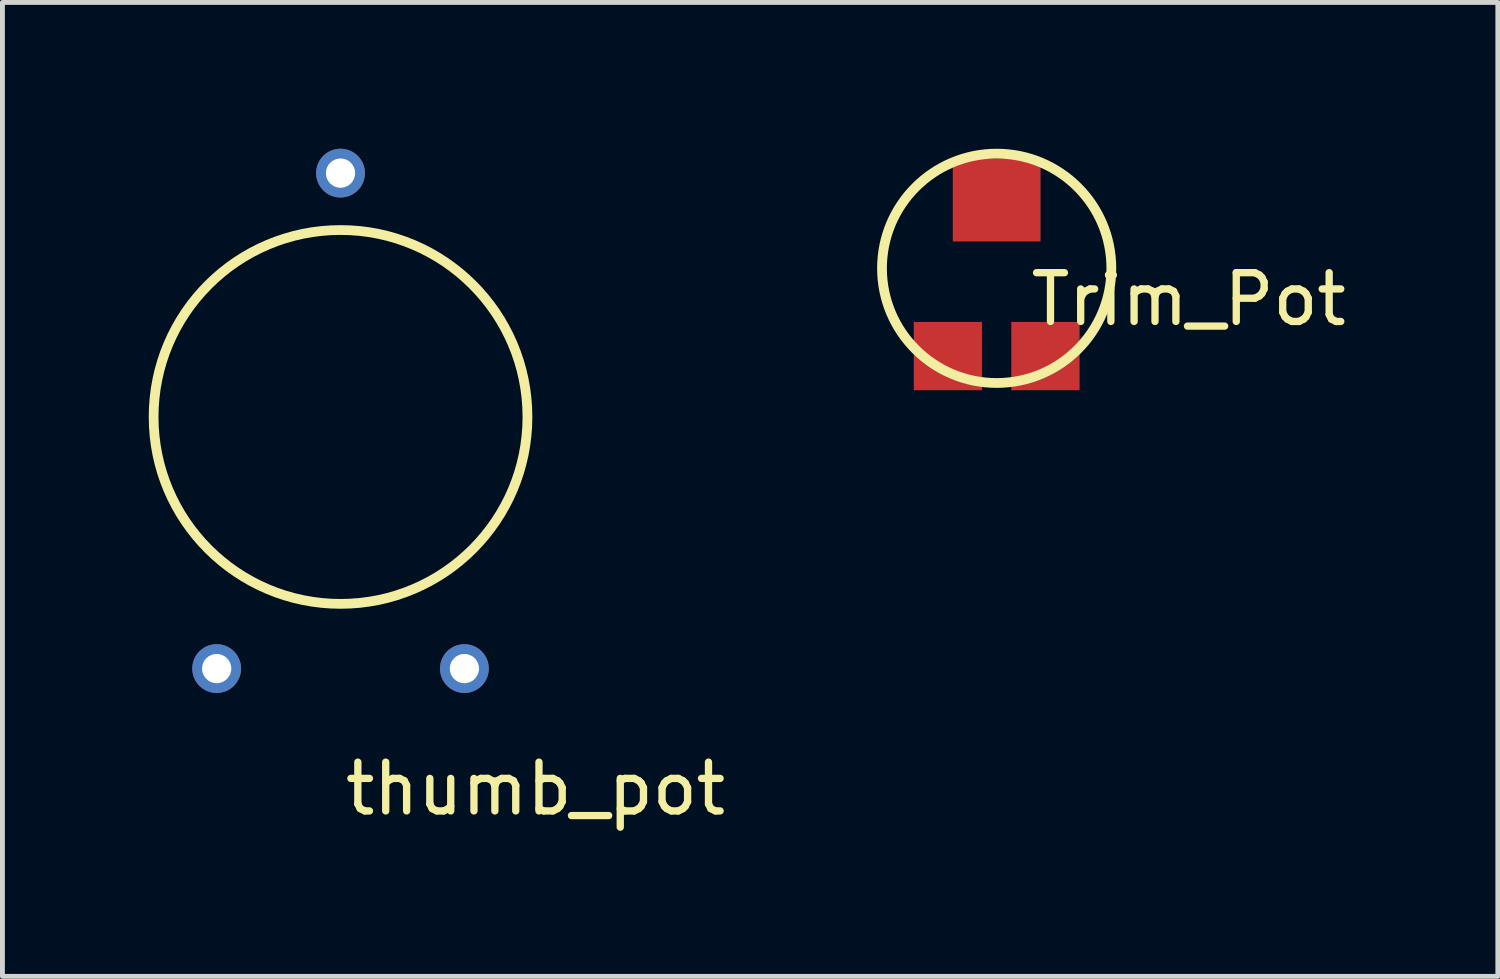
<source format=kicad_pcb>
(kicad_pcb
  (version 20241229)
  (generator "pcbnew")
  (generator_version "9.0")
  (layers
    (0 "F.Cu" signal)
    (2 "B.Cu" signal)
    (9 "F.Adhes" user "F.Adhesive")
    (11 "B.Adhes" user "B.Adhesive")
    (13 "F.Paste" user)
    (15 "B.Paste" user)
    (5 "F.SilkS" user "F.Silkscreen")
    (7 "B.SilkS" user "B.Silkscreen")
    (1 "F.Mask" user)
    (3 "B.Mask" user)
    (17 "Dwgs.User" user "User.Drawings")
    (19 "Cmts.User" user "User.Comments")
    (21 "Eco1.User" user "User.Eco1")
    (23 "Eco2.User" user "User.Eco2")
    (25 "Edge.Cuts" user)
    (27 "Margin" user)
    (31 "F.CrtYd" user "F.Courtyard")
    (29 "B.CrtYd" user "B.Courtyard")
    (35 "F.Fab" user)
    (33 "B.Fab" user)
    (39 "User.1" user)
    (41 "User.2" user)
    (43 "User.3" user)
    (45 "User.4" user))
  (footprint "thumb_pot"
    (layer "F.Cu")
    (at 3.933 0.5)
    (property "Reference" "thumb_pot" (at 3.998 12.624 0) (layer "F.SilkS") (effects (font (size 1 1) (thickness 0.15))))
    (attr through_hole)
    (fp_circle (center 0 5) (end 3.673 6.096) (stroke (width 0.2) (type solid)) (fill no) (layer "F.SilkS"))
    (pad "1" thru_hole circle (at -2.54 10.16) (size 1 1) (drill 0.6) (layers "*.Cu" "*.Mask"))
    (pad "2" thru_hole circle (at 0 0) (size 1 1) (drill 0.6) (layers "*.Cu" "*.Mask"))
    (pad "3" thru_hole circle (at 2.54 10.16) (size 1 1) (drill 0.6) (layers "*.Cu" "*.Mask")))
  (footprint "Trim_Pot"
    (layer "F.Cu")
    (at 17.388 2.452)
    (property "Reference" "Trim_Pot" (at 3.937 0.635 0) (layer "F.SilkS") (effects (font (size 1 1) (thickness 0.15))))
    (attr through_hole)
    (fp_circle (center 0 0) (end 1.737 1.585) (stroke (width 0.2) (type solid)) (fill no) (layer "F.SilkS"))
    (pad "1" smd rect (at -1 1.8) (size 1.4 1.4) (layers "F.Cu" "F.Mask" "F.Paste"))
    (pad "2" smd rect (at 0 -1.4) (size 1.8 1.7) (layers "F.Cu" "F.Mask" "F.Paste"))
    (pad "3" smd rect (at 1 1.8) (size 1.4 1.4) (layers "F.Cu" "F.Mask" "F.Paste")))
  (gr_rect
    (start -3 -3)
    (end 27.665 16.972)
    (stroke (width 0.1) (type default))
    (fill no)
    (layer "Edge.Cuts")))
</source>
